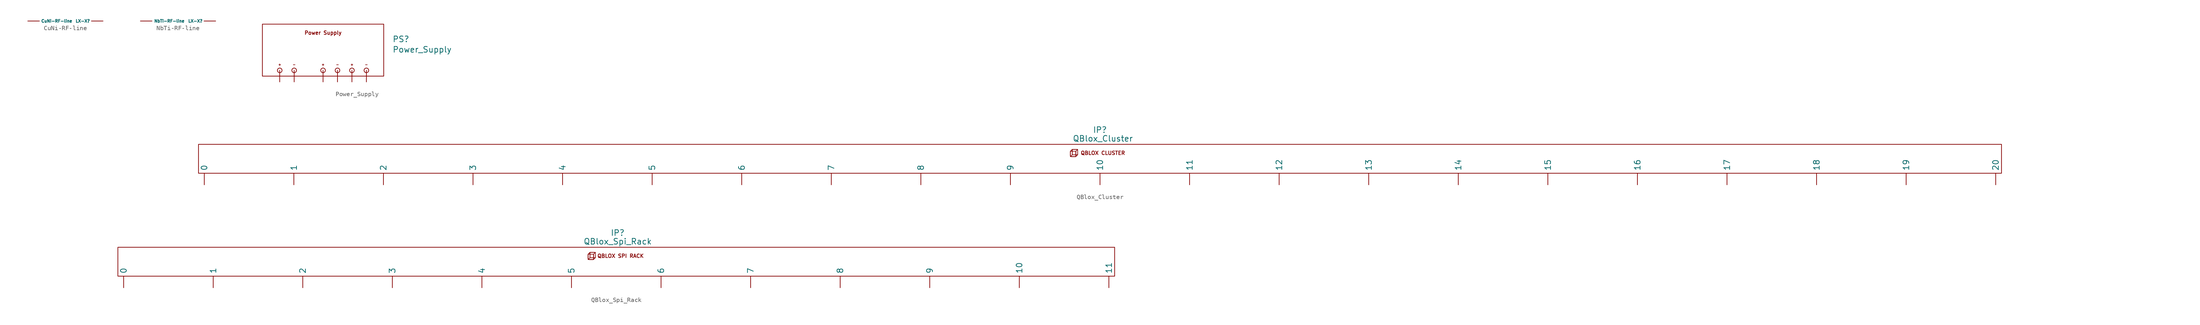
<source format=kicad_sym>
(kicad_symbol_lib
  (version 20220914)
  (generator kicad_symbol_editor)
  (symbol "CuNi-RF-line"
    (property "Reference" "LX-X"
      (at 3.81 0 0)
      (effects (font (size 0.64 0.64))))
    (property "Value" "CuNi-RF-line"
      (at -1.905 0 0)
      (effects (font (size 0.64 0.64))))
    (symbol "CuNi-RF-line_1_1"
      (pin bidirectional line (at -8.255 0 0) (length 2.54) (name "" (effects (font (size 0.8 0.8)))) (number "" (effects (font (size 1.27 1.27)))))
      (pin bidirectional line (at 8.255 0 180) (length 2.54) (name "" (effects (font (size 0.8 0.8)))) (number "" (effects (font (size 1.27 1.27)))))))
  (symbol "NbTi-RF-line"
    (property "Reference" "LX-X"
      (at 3.81 0 0)
      (effects (font (size 0.64 0.64))))
    (property "Value" "NbTi-RF-line"
      (at -1.905 0 0)
      (effects (font (size 0.64 0.64))))
    (symbol "NbTi-RF-line_1_1"
      (pin bidirectional line (at -8.255 0 0) (length 2.54) (name "" (effects (font (size 0.8 0.8)))) (number "" (effects (font (size 1.27 1.27)))))
      (pin bidirectional line (at 8.255 0 180) (length 2.54) (name "" (effects (font (size 0.8 0.8)))) (number "" (effects (font (size 1.27 1.27)))))))
  (symbol "Power_Supply"
    (property "Reference" "PS"
      (at 24.765 9.398 0)
      (effects (font (size 1.27 1.27)) (justify left)))
    (property "Value" "Power_Supply"
      (at 24.765 7.112 0)
      (effects (font (size 1.27 1.27)) (justify left)))
    (symbol "Power_Supply_0_0"
      (rectangle (start -3.81 12.7) (end 22.86 1.27) (stroke (width 0) (type default)) (fill (type none)))
      (circle (center 0 2.54) (radius 0.508) (stroke (width 0) (type default)) (fill (type none)))
      (circle (center 3.175 2.54) (radius 0.508) (stroke (width 0) (type default)) (fill (type none)))
      (circle (center 9.525 2.54) (radius 0.508) (stroke (width 0) (type default)) (fill (type none)))
      (circle (center 12.7 2.54) (radius 0.508) (stroke (width 0) (type default)) (fill (type none)))
      (circle (center 15.875 2.54) (radius 0.508) (stroke (width 0) (type default)) (fill (type none)))
      (circle (center 19.05 2.54) (radius 0.508) (stroke (width 0) (type default)) (fill (type none)))
      (text "+" (at 0 3.81 0) (effects (font (size 0.5 0.5))))
      (text "+" (at 9.525 3.81 0) (effects (font (size 0.5 0.5))))
      (text "+" (at 15.875 3.81 0) (effects (font (size 0.5 0.5))))
      (text "-" (at 3.175 3.81 0) (effects (font (size 0.5 0.5))))
      (text "-" (at 12.7 3.81 0) (effects (font (size 0.5 0.5))))
      (text "-" (at 19.05 3.81 0) (effects (font (size 0.5 0.5))))
      (text "Power Supply" (at 9.525 10.795 0) (effects (font (size 0.8 0.8)))))
    (symbol "Power_Supply_1_1"
      (pin power_out line (at 0 0 90) (length 2.54) (name "" (effects (font (size 1.27 1.27)))) (number "" (effects (font (size 1.27 1.27)))))
      (pin power_out line (at 3.175 0 90) (length 2.54) (name "" (effects (font (size 1.27 1.27)))) (number "" (effects (font (size 1.27 1.27)))))
      (pin power_out line (at 9.525 0 90) (length 2.54) (name "" (effects (font (size 1.27 1.27)))) (number "" (effects (font (size 1.27 1.27)))))
      (pin power_out line (at 12.7 0 90) (length 2.54) (name "" (effects (font (size 1.27 1.27)))) (number "" (effects (font (size 1.27 1.27)))))
      (pin power_out line (at 15.875 0 90) (length 2.54) (name "" (effects (font (size 1.27 1.27)))) (number "" (effects (font (size 1.27 1.27)))))
      (pin power_out line (at 19.05 0 90) (length 2.54) (name "" (effects (font (size 1.27 1.27)))) (number "" (effects (font (size 1.27 1.27)))))))
  (symbol "QBlox_Cluster"
    (property "Reference" "IP"
      (at 0 6.985 0)
      (effects (font (size 1.27 1.27))))
    (property "Value" "QBlox_Cluster"
      (at 0.635 5.08 0)
      (effects (font (size 1.27 1.27))))
    (symbol "QBlox_Cluster_0_0"
      (rectangle (start -198.12 3.81) (end 198.12 -2.54) (stroke (width 0) (type default)) (fill (type none)))
      (polyline (pts (xy -5.08 1.27) (xy -4.846 1.506) (xy -4.861 2.753) (xy -6.114 2.769) (xy -6.254 2.626) (xy -6.012 2.626) (xy -5.062 2.626) (xy -5.202 2.483) (xy -5.342 2.341) (xy -6.012 2.341) (xy -6.012 2.626) (xy -6.254 2.626) (xy -6.347 2.53) (xy -6.518 2.354) (xy -6.339 2.354) (xy -6.312 2.379) (xy -6.264 2.421) (xy -6.208 2.485) (xy -6.155 2.554) (xy -6.154 2.448) (xy -6.154 2.424) (xy -6.161 2.367) (xy -6.19 2.345) (xy -6.259 2.341) (xy -6.263 2.341) (xy -6.325 2.344) (xy -6.339 2.354) (xy -6.518 2.354) (xy -6.58 2.292) (xy -6.58 1.676) (xy -6.579 1.458) (xy -6.575 1.292) (xy -6.572 1.25) (xy -6.438 1.25) (xy -6.438 2.228) (xy -6.154 2.228) (xy -6.012 2.228) (xy -5.387 2.228) (xy -5.387 1.574) (xy -6.012 1.574) (xy -6.012 2.228) (xy -6.154 2.228) (xy -6.154 1.571) (xy -5.245 1.571) (xy -5.245 2.272) (xy -5.102 2.413) (xy -4.959 2.554) (xy -4.967 2.071) (xy -4.975 1.589) (xy -5.11 1.58) (xy -5.245 1.571) (xy -6.154 1.571) (xy -6.154 1.53) (xy -6.296 1.39) (xy -6.438 1.25) (xy -6.572 1.25) (xy -6.568 1.177) (xy -6.336 1.177) (xy -6.196 1.319) (xy -6.056 1.461) (xy -5.387 1.461) (xy -5.387 1.368) (xy -5.259 1.368) (xy -5.253 1.431) (xy -5.226 1.456) (xy -5.161 1.461) (xy -5.063 1.461) (xy -5.159 1.361) (xy -5.193 1.327) (xy -5.239 1.28) (xy -5.257 1.262) (xy -5.257 1.263) (xy -5.258 1.295) (xy -5.259 1.361) (xy -5.259 1.368) (xy -5.387 1.368) (xy -5.387 1.177) (xy -6.336 1.177) (xy -6.568 1.177) (xy -6.568 1.175) (xy -6.559 1.102) (xy -6.546 1.069) (xy -6.544 1.067) (xy -6.507 1.055) (xy -6.429 1.046) (xy -6.307 1.039) (xy -6.136 1.036) (xy -5.913 1.034) (xy -5.314 1.034) (xy -5.08 1.27)) (stroke (width 0.01) (type default)) (fill (type outline)))
      (text "QBLOX CLUSTER" (at 0.635 1.905 0) (effects (font (size 0.8 0.8)))))
    (symbol "QBlox_Cluster_1_1"
      (pin passive line (at -196.85 -5.08 90) (length 2.54) (name "0" (effects (font (size 1.27 1.27)))) (number "" (effects (font (size 1.27 1.27)))))
      (pin passive line (at -177.165 -5.08 90) (length 2.54) (name "1" (effects (font (size 1.27 1.27)))) (number "" (effects (font (size 1.27 1.27)))))
      (pin passive line (at 0 -5.08 90) (length 2.54) (name "10" (effects (font (size 1.27 1.27)))) (number "" (effects (font (size 1.27 1.27)))))
      (pin passive line (at 19.685 -5.08 90) (length 2.54) (name "11" (effects (font (size 1.27 1.27)))) (number "" (effects (font (size 1.27 1.27)))))
      (pin passive line (at 39.37 -5.08 90) (length 2.54) (name "12" (effects (font (size 1.27 1.27)))) (number "" (effects (font (size 1.27 1.27)))))
      (pin passive line (at 59.055 -5.08 90) (length 2.54) (name "13" (effects (font (size 1.27 1.27)))) (number "" (effects (font (size 1.27 1.27)))))
      (pin passive line (at 78.74 -5.08 90) (length 2.54) (name "14" (effects (font (size 1.27 1.27)))) (number "" (effects (font (size 1.27 1.27)))))
      (pin passive line (at 98.425 -5.08 90) (length 2.54) (name "15" (effects (font (size 1.27 1.27)))) (number "" (effects (font (size 1.27 1.27)))))
      (pin passive line (at 118.11 -5.08 90) (length 2.54) (name "16" (effects (font (size 1.27 1.27)))) (number "" (effects (font (size 1.27 1.27)))))
      (pin passive line (at 137.795 -5.08 90) (length 2.54) (name "17" (effects (font (size 1.27 1.27)))) (number "" (effects (font (size 1.27 1.27)))))
      (pin passive line (at 157.48 -5.08 90) (length 2.54) (name "18" (effects (font (size 1.27 1.27)))) (number "" (effects (font (size 1.27 1.27)))))
      (pin passive line (at 177.165 -5.08 90) (length 2.54) (name "19" (effects (font (size 1.27 1.27)))) (number "" (effects (font (size 1.27 1.27)))))
      (pin passive line (at -157.48 -5.08 90) (length 2.54) (name "2" (effects (font (size 1.27 1.27)))) (number "" (effects (font (size 1.27 1.27)))))
      (pin passive line (at 196.85 -5.08 90) (length 2.54) (name "20" (effects (font (size 1.27 1.27)))) (number "" (effects (font (size 1.27 1.27)))))
      (pin passive line (at -137.795 -5.08 90) (length 2.54) (name "3" (effects (font (size 1.27 1.27)))) (number "" (effects (font (size 1.27 1.27)))))
      (pin passive line (at -118.11 -5.08 90) (length 2.54) (name "4" (effects (font (size 1.27 1.27)))) (number "" (effects (font (size 1.27 1.27)))))
      (pin passive line (at -98.425 -5.08 90) (length 2.54) (name "5" (effects (font (size 1.27 1.27)))) (number "" (effects (font (size 1.27 1.27)))))
      (pin passive line (at -78.74 -5.08 90) (length 2.54) (name "6" (effects (font (size 1.27 1.27)))) (number "" (effects (font (size 1.27 1.27)))))
      (pin passive line (at -59.055 -5.08 90) (length 2.54) (name "7" (effects (font (size 1.27 1.27)))) (number "" (effects (font (size 1.27 1.27)))))
      (pin passive line (at -39.37 -5.08 90) (length 2.54) (name "8" (effects (font (size 1.27 1.27)))) (number "" (effects (font (size 1.27 1.27)))))
      (pin passive line (at -19.685 -5.08 90) (length 2.54) (name "9" (effects (font (size 1.27 1.27)))) (number "" (effects (font (size 1.27 1.27)))))))
  (symbol "QBlox_Spi_Rack"
    (property "Reference" "IP"
      (at 0 6.985 0)
      (effects (font (size 1.27 1.27))))
    (property "Value" "QBlox_Spi_Rack"
      (at 0 5.08 0)
      (effects (font (size 1.27 1.27))))
    (symbol "QBlox_Spi_Rack_0_0"
      (rectangle (start -109.855 3.81) (end 109.22 -2.54) (stroke (width 0) (type default)) (fill (type none)))
      (polyline (pts (xy -5.08 1.27) (xy -4.846 1.506) (xy -4.861 2.753) (xy -6.114 2.769) (xy -6.254 2.626) (xy -6.012 2.626) (xy -5.062 2.626) (xy -5.202 2.483) (xy -5.342 2.341) (xy -6.012 2.341) (xy -6.012 2.626) (xy -6.254 2.626) (xy -6.347 2.53) (xy -6.518 2.354) (xy -6.339 2.354) (xy -6.312 2.379) (xy -6.264 2.421) (xy -6.208 2.485) (xy -6.155 2.554) (xy -6.154 2.448) (xy -6.154 2.424) (xy -6.161 2.367) (xy -6.19 2.345) (xy -6.259 2.341) (xy -6.263 2.341) (xy -6.325 2.344) (xy -6.339 2.354) (xy -6.518 2.354) (xy -6.58 2.292) (xy -6.58 1.676) (xy -6.579 1.458) (xy -6.575 1.292) (xy -6.572 1.25) (xy -6.438 1.25) (xy -6.438 2.228) (xy -6.154 2.228) (xy -6.012 2.228) (xy -5.387 2.228) (xy -5.387 1.574) (xy -6.012 1.574) (xy -6.012 2.228) (xy -6.154 2.228) (xy -6.154 1.571) (xy -5.245 1.571) (xy -5.245 2.272) (xy -5.102 2.413) (xy -4.959 2.554) (xy -4.967 2.071) (xy -4.975 1.589) (xy -5.11 1.58) (xy -5.245 1.571) (xy -6.154 1.571) (xy -6.154 1.53) (xy -6.296 1.39) (xy -6.438 1.25) (xy -6.572 1.25) (xy -6.568 1.177) (xy -6.336 1.177) (xy -6.196 1.319) (xy -6.056 1.461) (xy -5.387 1.461) (xy -5.387 1.368) (xy -5.259 1.368) (xy -5.253 1.431) (xy -5.226 1.456) (xy -5.161 1.461) (xy -5.063 1.461) (xy -5.159 1.361) (xy -5.193 1.327) (xy -5.239 1.28) (xy -5.257 1.262) (xy -5.257 1.263) (xy -5.258 1.295) (xy -5.259 1.361) (xy -5.259 1.368) (xy -5.387 1.368) (xy -5.387 1.177) (xy -6.336 1.177) (xy -6.568 1.177) (xy -6.568 1.175) (xy -6.559 1.102) (xy -6.546 1.069) (xy -6.544 1.067) (xy -6.507 1.055) (xy -6.429 1.046) (xy -6.307 1.039) (xy -6.136 1.036) (xy -5.913 1.034) (xy -5.314 1.034) (xy -5.08 1.27)) (stroke (width 0.01) (type default)) (fill (type outline)))
      (text "QBLOX SPI RACK" (at 0.635 1.905 0) (effects (font (size 0.8 0.8)))))
    (symbol "QBlox_Spi_Rack_1_1"
      (pin passive line (at -108.585 -5.08 90) (length 2.54) (name "0" (effects (font (size 1.27 1.27)))) (number "" (effects (font (size 1.27 1.27)))))
      (pin passive line (at -88.9 -5.08 90) (length 2.54) (name "1" (effects (font (size 1.27 1.27)))) (number "" (effects (font (size 1.27 1.27)))))
      (pin passive line (at 88.265 -5.08 90) (length 2.54) (name "10" (effects (font (size 1.27 1.27)))) (number "" (effects (font (size 1.27 1.27)))))
      (pin passive line (at 107.95 -5.08 90) (length 2.54) (name "11" (effects (font (size 1.27 1.27)))) (number "" (effects (font (size 1.27 1.27)))))
      (pin passive line (at -69.215 -5.08 90) (length 2.54) (name "2" (effects (font (size 1.27 1.27)))) (number "" (effects (font (size 1.27 1.27)))))
      (pin passive line (at -49.53 -5.08 90) (length 2.54) (name "3" (effects (font (size 1.27 1.27)))) (number "" (effects (font (size 1.27 1.27)))))
      (pin passive line (at -29.845 -5.08 90) (length 2.54) (name "4" (effects (font (size 1.27 1.27)))) (number "" (effects (font (size 1.27 1.27)))))
      (pin passive line (at -10.16 -5.08 90) (length 2.54) (name "5" (effects (font (size 1.27 1.27)))) (number "" (effects (font (size 1.27 1.27)))))
      (pin passive line (at 9.525 -5.08 90) (length 2.54) (name "6" (effects (font (size 1.27 1.27)))) (number "" (effects (font (size 1.27 1.27)))))
      (pin passive line (at 29.21 -5.08 90) (length 2.54) (name "7" (effects (font (size 1.27 1.27)))) (number "" (effects (font (size 1.27 1.27)))))
      (pin passive line (at 48.895 -5.08 90) (length 2.54) (name "8" (effects (font (size 1.27 1.27)))) (number "" (effects (font (size 1.27 1.27)))))
      (pin passive line (at 68.58 -5.08 90) (length 2.54) (name "9" (effects (font (size 1.27 1.27)))) (number "" (effects (font (size 1.27 1.27))))))))
</source>
